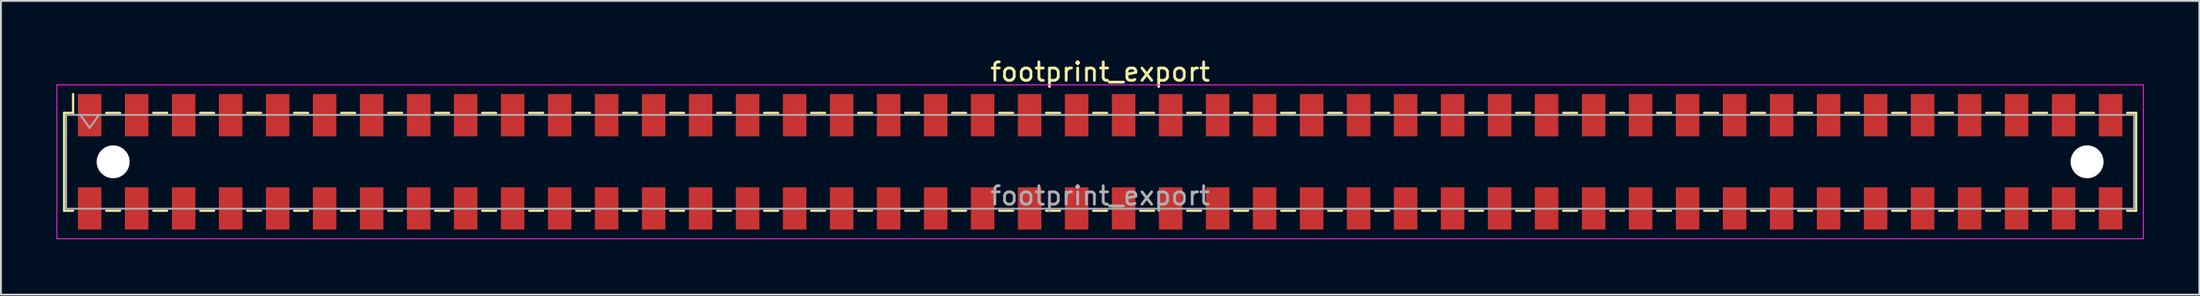
<source format=kicad_pcb>
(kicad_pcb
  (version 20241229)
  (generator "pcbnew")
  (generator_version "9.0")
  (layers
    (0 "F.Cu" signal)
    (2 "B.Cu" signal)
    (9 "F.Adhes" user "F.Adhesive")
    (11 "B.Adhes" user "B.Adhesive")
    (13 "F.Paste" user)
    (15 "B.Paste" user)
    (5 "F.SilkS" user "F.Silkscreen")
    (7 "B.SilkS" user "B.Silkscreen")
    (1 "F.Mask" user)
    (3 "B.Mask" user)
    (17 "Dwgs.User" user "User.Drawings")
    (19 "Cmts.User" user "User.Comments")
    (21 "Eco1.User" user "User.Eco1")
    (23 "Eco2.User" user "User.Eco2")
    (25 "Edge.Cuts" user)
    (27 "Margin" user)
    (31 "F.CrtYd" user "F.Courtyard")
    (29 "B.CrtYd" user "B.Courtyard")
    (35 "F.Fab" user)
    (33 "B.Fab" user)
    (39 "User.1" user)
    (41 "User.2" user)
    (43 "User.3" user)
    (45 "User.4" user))
  (footprint "footprint_export"
    (layer "F.Cu")
    (at 56.405 5.718)
    (property "Reference" "footprint_export" (at 0 -4.87 0) (layer "F.SilkS") (effects (font (size 1 1) (thickness 0.15))))
    (attr smd)
    (fp_line (start -55.99 -2.65) (end -55.99 2.65) (stroke (width 0.12) (type solid)) (layer "F.SilkS"))
    (fp_line (start -55.99 2.65) (end -55.505 2.65) (stroke (width 0.12) (type solid)) (layer "F.SilkS"))
    (fp_line (start -55.505 -3.67) (end -55.505 -2.65) (stroke (width 0.12) (type solid)) (layer "F.SilkS"))
    (fp_line (start -55.505 -2.65) (end -55.99 -2.65) (stroke (width 0.12) (type solid)) (layer "F.SilkS"))
    (fp_line (start -53.715 -2.65) (end -52.965 -2.65) (stroke (width 0.12) (type solid)) (layer "F.SilkS"))
    (fp_line (start -53.715 2.65) (end -52.965 2.65) (stroke (width 0.12) (type solid)) (layer "F.SilkS"))
    (fp_line (start -51.175 -2.65) (end -50.425 -2.65) (stroke (width 0.12) (type solid)) (layer "F.SilkS"))
    (fp_line (start -51.175 2.65) (end -50.425 2.65) (stroke (width 0.12) (type solid)) (layer "F.SilkS"))
    (fp_line (start -48.635 -2.65) (end -47.885 -2.65) (stroke (width 0.12) (type solid)) (layer "F.SilkS"))
    (fp_line (start -48.635 2.65) (end -47.885 2.65) (stroke (width 0.12) (type solid)) (layer "F.SilkS"))
    (fp_line (start -46.095 -2.65) (end -45.345 -2.65) (stroke (width 0.12) (type solid)) (layer "F.SilkS"))
    (fp_line (start -46.095 2.65) (end -45.345 2.65) (stroke (width 0.12) (type solid)) (layer "F.SilkS"))
    (fp_line (start -43.555 -2.65) (end -42.805 -2.65) (stroke (width 0.12) (type solid)) (layer "F.SilkS"))
    (fp_line (start -43.555 2.65) (end -42.805 2.65) (stroke (width 0.12) (type solid)) (layer "F.SilkS"))
    (fp_line (start -41.015 -2.65) (end -40.265 -2.65) (stroke (width 0.12) (type solid)) (layer "F.SilkS"))
    (fp_line (start -41.015 2.65) (end -40.265 2.65) (stroke (width 0.12) (type solid)) (layer "F.SilkS"))
    (fp_line (start -38.475 -2.65) (end -37.725 -2.65) (stroke (width 0.12) (type solid)) (layer "F.SilkS"))
    (fp_line (start -38.475 2.65) (end -37.725 2.65) (stroke (width 0.12) (type solid)) (layer "F.SilkS"))
    (fp_line (start -35.935 -2.65) (end -35.185 -2.65) (stroke (width 0.12) (type solid)) (layer "F.SilkS"))
    (fp_line (start -35.935 2.65) (end -35.185 2.65) (stroke (width 0.12) (type solid)) (layer "F.SilkS"))
    (fp_line (start -33.395 -2.65) (end -32.645 -2.65) (stroke (width 0.12) (type solid)) (layer "F.SilkS"))
    (fp_line (start -33.395 2.65) (end -32.645 2.65) (stroke (width 0.12) (type solid)) (layer "F.SilkS"))
    (fp_line (start -30.855 -2.65) (end -30.105 -2.65) (stroke (width 0.12) (type solid)) (layer "F.SilkS"))
    (fp_line (start -30.855 2.65) (end -30.105 2.65) (stroke (width 0.12) (type solid)) (layer "F.SilkS"))
    (fp_line (start -28.315 -2.65) (end -27.565 -2.65) (stroke (width 0.12) (type solid)) (layer "F.SilkS"))
    (fp_line (start -28.315 2.65) (end -27.565 2.65) (stroke (width 0.12) (type solid)) (layer "F.SilkS"))
    (fp_line (start -25.775 -2.65) (end -25.025 -2.65) (stroke (width 0.12) (type solid)) (layer "F.SilkS"))
    (fp_line (start -25.775 2.65) (end -25.025 2.65) (stroke (width 0.12) (type solid)) (layer "F.SilkS"))
    (fp_line (start -23.235 -2.65) (end -22.485 -2.65) (stroke (width 0.12) (type solid)) (layer "F.SilkS"))
    (fp_line (start -23.235 2.65) (end -22.485 2.65) (stroke (width 0.12) (type solid)) (layer "F.SilkS"))
    (fp_line (start -20.695 -2.65) (end -19.945 -2.65) (stroke (width 0.12) (type solid)) (layer "F.SilkS"))
    (fp_line (start -20.695 2.65) (end -19.945 2.65) (stroke (width 0.12) (type solid)) (layer "F.SilkS"))
    (fp_line (start -18.155 -2.65) (end -17.405 -2.65) (stroke (width 0.12) (type solid)) (layer "F.SilkS"))
    (fp_line (start -18.155 2.65) (end -17.405 2.65) (stroke (width 0.12) (type solid)) (layer "F.SilkS"))
    (fp_line (start -15.615 -2.65) (end -14.865 -2.65) (stroke (width 0.12) (type solid)) (layer "F.SilkS"))
    (fp_line (start -15.615 2.65) (end -14.865 2.65) (stroke (width 0.12) (type solid)) (layer "F.SilkS"))
    (fp_line (start -13.075 -2.65) (end -12.325 -2.65) (stroke (width 0.12) (type solid)) (layer "F.SilkS"))
    (fp_line (start -13.075 2.65) (end -12.325 2.65) (stroke (width 0.12) (type solid)) (layer "F.SilkS"))
    (fp_line (start -10.535 -2.65) (end -9.785 -2.65) (stroke (width 0.12) (type solid)) (layer "F.SilkS"))
    (fp_line (start -10.535 2.65) (end -9.785 2.65) (stroke (width 0.12) (type solid)) (layer "F.SilkS"))
    (fp_line (start -7.995 -2.65) (end -7.245 -2.65) (stroke (width 0.12) (type solid)) (layer "F.SilkS"))
    (fp_line (start -7.995 2.65) (end -7.245 2.65) (stroke (width 0.12) (type solid)) (layer "F.SilkS"))
    (fp_line (start -5.455 -2.65) (end -4.705 -2.65) (stroke (width 0.12) (type solid)) (layer "F.SilkS"))
    (fp_line (start -5.455 2.65) (end -4.705 2.65) (stroke (width 0.12) (type solid)) (layer "F.SilkS"))
    (fp_line (start -2.915 -2.65) (end -2.165 -2.65) (stroke (width 0.12) (type solid)) (layer "F.SilkS"))
    (fp_line (start -2.915 2.65) (end -2.165 2.65) (stroke (width 0.12) (type solid)) (layer "F.SilkS"))
    (fp_line (start -0.375 -2.65) (end 0.375 -2.65) (stroke (width 0.12) (type solid)) (layer "F.SilkS"))
    (fp_line (start -0.375 2.65) (end 0.375 2.65) (stroke (width 0.12) (type solid)) (layer "F.SilkS"))
    (fp_line (start 2.165 -2.65) (end 2.915 -2.65) (stroke (width 0.12) (type solid)) (layer "F.SilkS"))
    (fp_line (start 2.165 2.65) (end 2.915 2.65) (stroke (width 0.12) (type solid)) (layer "F.SilkS"))
    (fp_line (start 4.705 -2.65) (end 5.455 -2.65) (stroke (width 0.12) (type solid)) (layer "F.SilkS"))
    (fp_line (start 4.705 2.65) (end 5.455 2.65) (stroke (width 0.12) (type solid)) (layer "F.SilkS"))
    (fp_line (start 7.245 -2.65) (end 7.995 -2.65) (stroke (width 0.12) (type solid)) (layer "F.SilkS"))
    (fp_line (start 7.245 2.65) (end 7.995 2.65) (stroke (width 0.12) (type solid)) (layer "F.SilkS"))
    (fp_line (start 9.785 -2.65) (end 10.535 -2.65) (stroke (width 0.12) (type solid)) (layer "F.SilkS"))
    (fp_line (start 9.785 2.65) (end 10.535 2.65) (stroke (width 0.12) (type solid)) (layer "F.SilkS"))
    (fp_line (start 12.325 -2.65) (end 13.075 -2.65) (stroke (width 0.12) (type solid)) (layer "F.SilkS"))
    (fp_line (start 12.325 2.65) (end 13.075 2.65) (stroke (width 0.12) (type solid)) (layer "F.SilkS"))
    (fp_line (start 14.865 -2.65) (end 15.615 -2.65) (stroke (width 0.12) (type solid)) (layer "F.SilkS"))
    (fp_line (start 14.865 2.65) (end 15.615 2.65) (stroke (width 0.12) (type solid)) (layer "F.SilkS"))
    (fp_line (start 17.405 -2.65) (end 18.155 -2.65) (stroke (width 0.12) (type solid)) (layer "F.SilkS"))
    (fp_line (start 17.405 2.65) (end 18.155 2.65) (stroke (width 0.12) (type solid)) (layer "F.SilkS"))
    (fp_line (start 19.945 -2.65) (end 20.695 -2.65) (stroke (width 0.12) (type solid)) (layer "F.SilkS"))
    (fp_line (start 19.945 2.65) (end 20.695 2.65) (stroke (width 0.12) (type solid)) (layer "F.SilkS"))
    (fp_line (start 22.485 -2.65) (end 23.235 -2.65) (stroke (width 0.12) (type solid)) (layer "F.SilkS"))
    (fp_line (start 22.485 2.65) (end 23.235 2.65) (stroke (width 0.12) (type solid)) (layer "F.SilkS"))
    (fp_line (start 25.025 -2.65) (end 25.775 -2.65) (stroke (width 0.12) (type solid)) (layer "F.SilkS"))
    (fp_line (start 25.025 2.65) (end 25.775 2.65) (stroke (width 0.12) (type solid)) (layer "F.SilkS"))
    (fp_line (start 27.565 -2.65) (end 28.315 -2.65) (stroke (width 0.12) (type solid)) (layer "F.SilkS"))
    (fp_line (start 27.565 2.65) (end 28.315 2.65) (stroke (width 0.12) (type solid)) (layer "F.SilkS"))
    (fp_line (start 30.105 -2.65) (end 30.855 -2.65) (stroke (width 0.12) (type solid)) (layer "F.SilkS"))
    (fp_line (start 30.105 2.65) (end 30.855 2.65) (stroke (width 0.12) (type solid)) (layer "F.SilkS"))
    (fp_line (start 32.645 -2.65) (end 33.395 -2.65) (stroke (width 0.12) (type solid)) (layer "F.SilkS"))
    (fp_line (start 32.645 2.65) (end 33.395 2.65) (stroke (width 0.12) (type solid)) (layer "F.SilkS"))
    (fp_line (start 35.185 -2.65) (end 35.935 -2.65) (stroke (width 0.12) (type solid)) (layer "F.SilkS"))
    (fp_line (start 35.185 2.65) (end 35.935 2.65) (stroke (width 0.12) (type solid)) (layer "F.SilkS"))
    (fp_line (start 37.725 -2.65) (end 38.475 -2.65) (stroke (width 0.12) (type solid)) (layer "F.SilkS"))
    (fp_line (start 37.725 2.65) (end 38.475 2.65) (stroke (width 0.12) (type solid)) (layer "F.SilkS"))
    (fp_line (start 40.265 -2.65) (end 41.015 -2.65) (stroke (width 0.12) (type solid)) (layer "F.SilkS"))
    (fp_line (start 40.265 2.65) (end 41.015 2.65) (stroke (width 0.12) (type solid)) (layer "F.SilkS"))
    (fp_line (start 42.805 -2.65) (end 43.555 -2.65) (stroke (width 0.12) (type solid)) (layer "F.SilkS"))
    (fp_line (start 42.805 2.65) (end 43.555 2.65) (stroke (width 0.12) (type solid)) (layer "F.SilkS"))
    (fp_line (start 45.345 -2.65) (end 46.095 -2.65) (stroke (width 0.12) (type solid)) (layer "F.SilkS"))
    (fp_line (start 45.345 2.65) (end 46.095 2.65) (stroke (width 0.12) (type solid)) (layer "F.SilkS"))
    (fp_line (start 47.885 -2.65) (end 48.635 -2.65) (stroke (width 0.12) (type solid)) (layer "F.SilkS"))
    (fp_line (start 47.885 2.65) (end 48.635 2.65) (stroke (width 0.12) (type solid)) (layer "F.SilkS"))
    (fp_line (start 50.425 -2.65) (end 51.175 -2.65) (stroke (width 0.12) (type solid)) (layer "F.SilkS"))
    (fp_line (start 50.425 2.65) (end 51.175 2.65) (stroke (width 0.12) (type solid)) (layer "F.SilkS"))
    (fp_line (start 52.965 -2.65) (end 53.715 -2.65) (stroke (width 0.12) (type solid)) (layer "F.SilkS"))
    (fp_line (start 52.965 2.65) (end 53.715 2.65) (stroke (width 0.12) (type solid)) (layer "F.SilkS"))
    (fp_line (start 55.505 -2.65) (end 55.99 -2.65) (stroke (width 0.12) (type solid)) (layer "F.SilkS"))
    (fp_line (start 55.99 -2.65) (end 55.99 2.65) (stroke (width 0.12) (type solid)) (layer "F.SilkS"))
    (fp_line (start 55.99 2.65) (end 55.505 2.65) (stroke (width 0.12) (type solid)) (layer "F.SilkS"))
    (fp_line (start -56.38 -4.17) (end 56.38 -4.17) (stroke (width 0.05) (type solid)) (layer "F.CrtYd"))
    (fp_line (start -56.38 4.17) (end -56.38 -4.17) (stroke (width 0.05) (type solid)) (layer "F.CrtYd"))
    (fp_line (start 56.38 -4.17) (end 56.38 4.17) (stroke (width 0.05) (type solid)) (layer "F.CrtYd"))
    (fp_line (start 56.38 4.17) (end -56.38 4.17) (stroke (width 0.05) (type solid)) (layer "F.CrtYd"))
    (fp_line (start -55.88 -2.54) (end 55.88 -2.54) (stroke (width 0.1) (type solid)) (layer "F.Fab"))
    (fp_line (start -55.88 2.54) (end -55.88 -2.54) (stroke (width 0.1) (type solid)) (layer "F.Fab"))
    (fp_line (start -55.11 -2.54) (end -54.61 -1.833) (stroke (width 0.1) (type solid)) (layer "F.Fab"))
    (fp_line (start -54.61 -1.833) (end -54.11 -2.54) (stroke (width 0.1) (type solid)) (layer "F.Fab"))
    (fp_line (start 55.88 -2.54) (end 55.88 2.54) (stroke (width 0.1) (type solid)) (layer "F.Fab"))
    (fp_line (start 55.88 2.54) (end -55.88 2.54) (stroke (width 0.1) (type solid)) (layer "F.Fab"))
    (fp_text user "${REFERENCE}" (at 0 1.84 0) (layer "F.Fab") (effects (font (size 1 1) (thickness 0.15))))
    (pad "" np_thru_hole circle (at -53.34 0) (size 1.78 1.78) (drill 1.78) (layers "*.Cu" "*.Mask"))
    (pad "" np_thru_hole circle (at 53.34 0) (size 1.78 1.78) (drill 1.78) (layers "*.Cu" "*.Mask"))
    (pad "1" smd rect (at -54.61 -2.525) (size 1.27 2.29) (layers "F.Cu" "F.Mask" "F.Paste"))
    (pad "2" smd rect (at -54.61 2.525) (size 1.27 2.29) (layers "F.Cu" "F.Mask" "F.Paste"))
    (pad "3" smd rect (at -52.07 -2.525) (size 1.27 2.29) (layers "F.Cu" "F.Mask" "F.Paste"))
    (pad "4" smd rect (at -52.07 2.525) (size 1.27 2.29) (layers "F.Cu" "F.Mask" "F.Paste"))
    (pad "5" smd rect (at -49.53 -2.525) (size 1.27 2.29) (layers "F.Cu" "F.Mask" "F.Paste"))
    (pad "6" smd rect (at -49.53 2.525) (size 1.27 2.29) (layers "F.Cu" "F.Mask" "F.Paste"))
    (pad "7" smd rect (at -46.99 -2.525) (size 1.27 2.29) (layers "F.Cu" "F.Mask" "F.Paste"))
    (pad "8" smd rect (at -46.99 2.525) (size 1.27 2.29) (layers "F.Cu" "F.Mask" "F.Paste"))
    (pad "9" smd rect (at -44.45 -2.525) (size 1.27 2.29) (layers "F.Cu" "F.Mask" "F.Paste"))
    (pad "10" smd rect (at -44.45 2.525) (size 1.27 2.29) (layers "F.Cu" "F.Mask" "F.Paste"))
    (pad "11" smd rect (at -41.91 -2.525) (size 1.27 2.29) (layers "F.Cu" "F.Mask" "F.Paste"))
    (pad "12" smd rect (at -41.91 2.525) (size 1.27 2.29) (layers "F.Cu" "F.Mask" "F.Paste"))
    (pad "13" smd rect (at -39.37 -2.525) (size 1.27 2.29) (layers "F.Cu" "F.Mask" "F.Paste"))
    (pad "14" smd rect (at -39.37 2.525) (size 1.27 2.29) (layers "F.Cu" "F.Mask" "F.Paste"))
    (pad "15" smd rect (at -36.83 -2.525) (size 1.27 2.29) (layers "F.Cu" "F.Mask" "F.Paste"))
    (pad "16" smd rect (at -36.83 2.525) (size 1.27 2.29) (layers "F.Cu" "F.Mask" "F.Paste"))
    (pad "17" smd rect (at -34.29 -2.525) (size 1.27 2.29) (layers "F.Cu" "F.Mask" "F.Paste"))
    (pad "18" smd rect (at -34.29 2.525) (size 1.27 2.29) (layers "F.Cu" "F.Mask" "F.Paste"))
    (pad "19" smd rect (at -31.75 -2.525) (size 1.27 2.29) (layers "F.Cu" "F.Mask" "F.Paste"))
    (pad "20" smd rect (at -31.75 2.525) (size 1.27 2.29) (layers "F.Cu" "F.Mask" "F.Paste"))
    (pad "21" smd rect (at -29.21 -2.525) (size 1.27 2.29) (layers "F.Cu" "F.Mask" "F.Paste"))
    (pad "22" smd rect (at -29.21 2.525) (size 1.27 2.29) (layers "F.Cu" "F.Mask" "F.Paste"))
    (pad "23" smd rect (at -26.67 -2.525) (size 1.27 2.29) (layers "F.Cu" "F.Mask" "F.Paste"))
    (pad "24" smd rect (at -26.67 2.525) (size 1.27 2.29) (layers "F.Cu" "F.Mask" "F.Paste"))
    (pad "25" smd rect (at -24.13 -2.525) (size 1.27 2.29) (layers "F.Cu" "F.Mask" "F.Paste"))
    (pad "26" smd rect (at -24.13 2.525) (size 1.27 2.29) (layers "F.Cu" "F.Mask" "F.Paste"))
    (pad "27" smd rect (at -21.59 -2.525) (size 1.27 2.29) (layers "F.Cu" "F.Mask" "F.Paste"))
    (pad "28" smd rect (at -21.59 2.525) (size 1.27 2.29) (layers "F.Cu" "F.Mask" "F.Paste"))
    (pad "29" smd rect (at -19.05 -2.525) (size 1.27 2.29) (layers "F.Cu" "F.Mask" "F.Paste"))
    (pad "30" smd rect (at -19.05 2.525) (size 1.27 2.29) (layers "F.Cu" "F.Mask" "F.Paste"))
    (pad "31" smd rect (at -16.51 -2.525) (size 1.27 2.29) (layers "F.Cu" "F.Mask" "F.Paste"))
    (pad "32" smd rect (at -16.51 2.525) (size 1.27 2.29) (layers "F.Cu" "F.Mask" "F.Paste"))
    (pad "33" smd rect (at -13.97 -2.525) (size 1.27 2.29) (layers "F.Cu" "F.Mask" "F.Paste"))
    (pad "34" smd rect (at -13.97 2.525) (size 1.27 2.29) (layers "F.Cu" "F.Mask" "F.Paste"))
    (pad "35" smd rect (at -11.43 -2.525) (size 1.27 2.29) (layers "F.Cu" "F.Mask" "F.Paste"))
    (pad "36" smd rect (at -11.43 2.525) (size 1.27 2.29) (layers "F.Cu" "F.Mask" "F.Paste"))
    (pad "37" smd rect (at -8.89 -2.525) (size 1.27 2.29) (layers "F.Cu" "F.Mask" "F.Paste"))
    (pad "38" smd rect (at -8.89 2.525) (size 1.27 2.29) (layers "F.Cu" "F.Mask" "F.Paste"))
    (pad "39" smd rect (at -6.35 -2.525) (size 1.27 2.29) (layers "F.Cu" "F.Mask" "F.Paste"))
    (pad "40" smd rect (at -6.35 2.525) (size 1.27 2.29) (layers "F.Cu" "F.Mask" "F.Paste"))
    (pad "41" smd rect (at -3.81 -2.525) (size 1.27 2.29) (layers "F.Cu" "F.Mask" "F.Paste"))
    (pad "42" smd rect (at -3.81 2.525) (size 1.27 2.29) (layers "F.Cu" "F.Mask" "F.Paste"))
    (pad "43" smd rect (at -1.27 -2.525) (size 1.27 2.29) (layers "F.Cu" "F.Mask" "F.Paste"))
    (pad "44" smd rect (at -1.27 2.525) (size 1.27 2.29) (layers "F.Cu" "F.Mask" "F.Paste"))
    (pad "45" smd rect (at 1.27 -2.525) (size 1.27 2.29) (layers "F.Cu" "F.Mask" "F.Paste"))
    (pad "46" smd rect (at 1.27 2.525) (size 1.27 2.29) (layers "F.Cu" "F.Mask" "F.Paste"))
    (pad "47" smd rect (at 3.81 -2.525) (size 1.27 2.29) (layers "F.Cu" "F.Mask" "F.Paste"))
    (pad "48" smd rect (at 3.81 2.525) (size 1.27 2.29) (layers "F.Cu" "F.Mask" "F.Paste"))
    (pad "49" smd rect (at 6.35 -2.525) (size 1.27 2.29) (layers "F.Cu" "F.Mask" "F.Paste"))
    (pad "50" smd rect (at 6.35 2.525) (size 1.27 2.29) (layers "F.Cu" "F.Mask" "F.Paste"))
    (pad "51" smd rect (at 8.89 -2.525) (size 1.27 2.29) (layers "F.Cu" "F.Mask" "F.Paste"))
    (pad "52" smd rect (at 8.89 2.525) (size 1.27 2.29) (layers "F.Cu" "F.Mask" "F.Paste"))
    (pad "53" smd rect (at 11.43 -2.525) (size 1.27 2.29) (layers "F.Cu" "F.Mask" "F.Paste"))
    (pad "54" smd rect (at 11.43 2.525) (size 1.27 2.29) (layers "F.Cu" "F.Mask" "F.Paste"))
    (pad "55" smd rect (at 13.97 -2.525) (size 1.27 2.29) (layers "F.Cu" "F.Mask" "F.Paste"))
    (pad "56" smd rect (at 13.97 2.525) (size 1.27 2.29) (layers "F.Cu" "F.Mask" "F.Paste"))
    (pad "57" smd rect (at 16.51 -2.525) (size 1.27 2.29) (layers "F.Cu" "F.Mask" "F.Paste"))
    (pad "58" smd rect (at 16.51 2.525) (size 1.27 2.29) (layers "F.Cu" "F.Mask" "F.Paste"))
    (pad "59" smd rect (at 19.05 -2.525) (size 1.27 2.29) (layers "F.Cu" "F.Mask" "F.Paste"))
    (pad "60" smd rect (at 19.05 2.525) (size 1.27 2.29) (layers "F.Cu" "F.Mask" "F.Paste"))
    (pad "61" smd rect (at 21.59 -2.525) (size 1.27 2.29) (layers "F.Cu" "F.Mask" "F.Paste"))
    (pad "62" smd rect (at 21.59 2.525) (size 1.27 2.29) (layers "F.Cu" "F.Mask" "F.Paste"))
    (pad "63" smd rect (at 24.13 -2.525) (size 1.27 2.29) (layers "F.Cu" "F.Mask" "F.Paste"))
    (pad "64" smd rect (at 24.13 2.525) (size 1.27 2.29) (layers "F.Cu" "F.Mask" "F.Paste"))
    (pad "65" smd rect (at 26.67 -2.525) (size 1.27 2.29) (layers "F.Cu" "F.Mask" "F.Paste"))
    (pad "66" smd rect (at 26.67 2.525) (size 1.27 2.29) (layers "F.Cu" "F.Mask" "F.Paste"))
    (pad "67" smd rect (at 29.21 -2.525) (size 1.27 2.29) (layers "F.Cu" "F.Mask" "F.Paste"))
    (pad "68" smd rect (at 29.21 2.525) (size 1.27 2.29) (layers "F.Cu" "F.Mask" "F.Paste"))
    (pad "69" smd rect (at 31.75 -2.525) (size 1.27 2.29) (layers "F.Cu" "F.Mask" "F.Paste"))
    (pad "70" smd rect (at 31.75 2.525) (size 1.27 2.29) (layers "F.Cu" "F.Mask" "F.Paste"))
    (pad "71" smd rect (at 34.29 -2.525) (size 1.27 2.29) (layers "F.Cu" "F.Mask" "F.Paste"))
    (pad "72" smd rect (at 34.29 2.525) (size 1.27 2.29) (layers "F.Cu" "F.Mask" "F.Paste"))
    (pad "73" smd rect (at 36.83 -2.525) (size 1.27 2.29) (layers "F.Cu" "F.Mask" "F.Paste"))
    (pad "74" smd rect (at 36.83 2.525) (size 1.27 2.29) (layers "F.Cu" "F.Mask" "F.Paste"))
    (pad "75" smd rect (at 39.37 -2.525) (size 1.27 2.29) (layers "F.Cu" "F.Mask" "F.Paste"))
    (pad "76" smd rect (at 39.37 2.525) (size 1.27 2.29) (layers "F.Cu" "F.Mask" "F.Paste"))
    (pad "77" smd rect (at 41.91 -2.525) (size 1.27 2.29) (layers "F.Cu" "F.Mask" "F.Paste"))
    (pad "78" smd rect (at 41.91 2.525) (size 1.27 2.29) (layers "F.Cu" "F.Mask" "F.Paste"))
    (pad "79" smd rect (at 44.45 -2.525) (size 1.27 2.29) (layers "F.Cu" "F.Mask" "F.Paste"))
    (pad "80" smd rect (at 44.45 2.525) (size 1.27 2.29) (layers "F.Cu" "F.Mask" "F.Paste"))
    (pad "81" smd rect (at 46.99 -2.525) (size 1.27 2.29) (layers "F.Cu" "F.Mask" "F.Paste"))
    (pad "82" smd rect (at 46.99 2.525) (size 1.27 2.29) (layers "F.Cu" "F.Mask" "F.Paste"))
    (pad "83" smd rect (at 49.53 -2.525) (size 1.27 2.29) (layers "F.Cu" "F.Mask" "F.Paste"))
    (pad "84" smd rect (at 49.53 2.525) (size 1.27 2.29) (layers "F.Cu" "F.Mask" "F.Paste"))
    (pad "85" smd rect (at 52.07 -2.525) (size 1.27 2.29) (layers "F.Cu" "F.Mask" "F.Paste"))
    (pad "86" smd rect (at 52.07 2.525) (size 1.27 2.29) (layers "F.Cu" "F.Mask" "F.Paste"))
    (pad "87" smd rect (at 54.61 -2.525) (size 1.27 2.29) (layers "F.Cu" "F.Mask" "F.Paste"))
    (pad "88" smd rect (at 54.61 2.525) (size 1.27 2.29) (layers "F.Cu" "F.Mask" "F.Paste")))
  (gr_rect
    (start -3 -3)
    (end 115.81 12.913)
    (stroke (width 0.1) (type default))
    (fill no)
    (layer "Edge.Cuts")))
</source>
